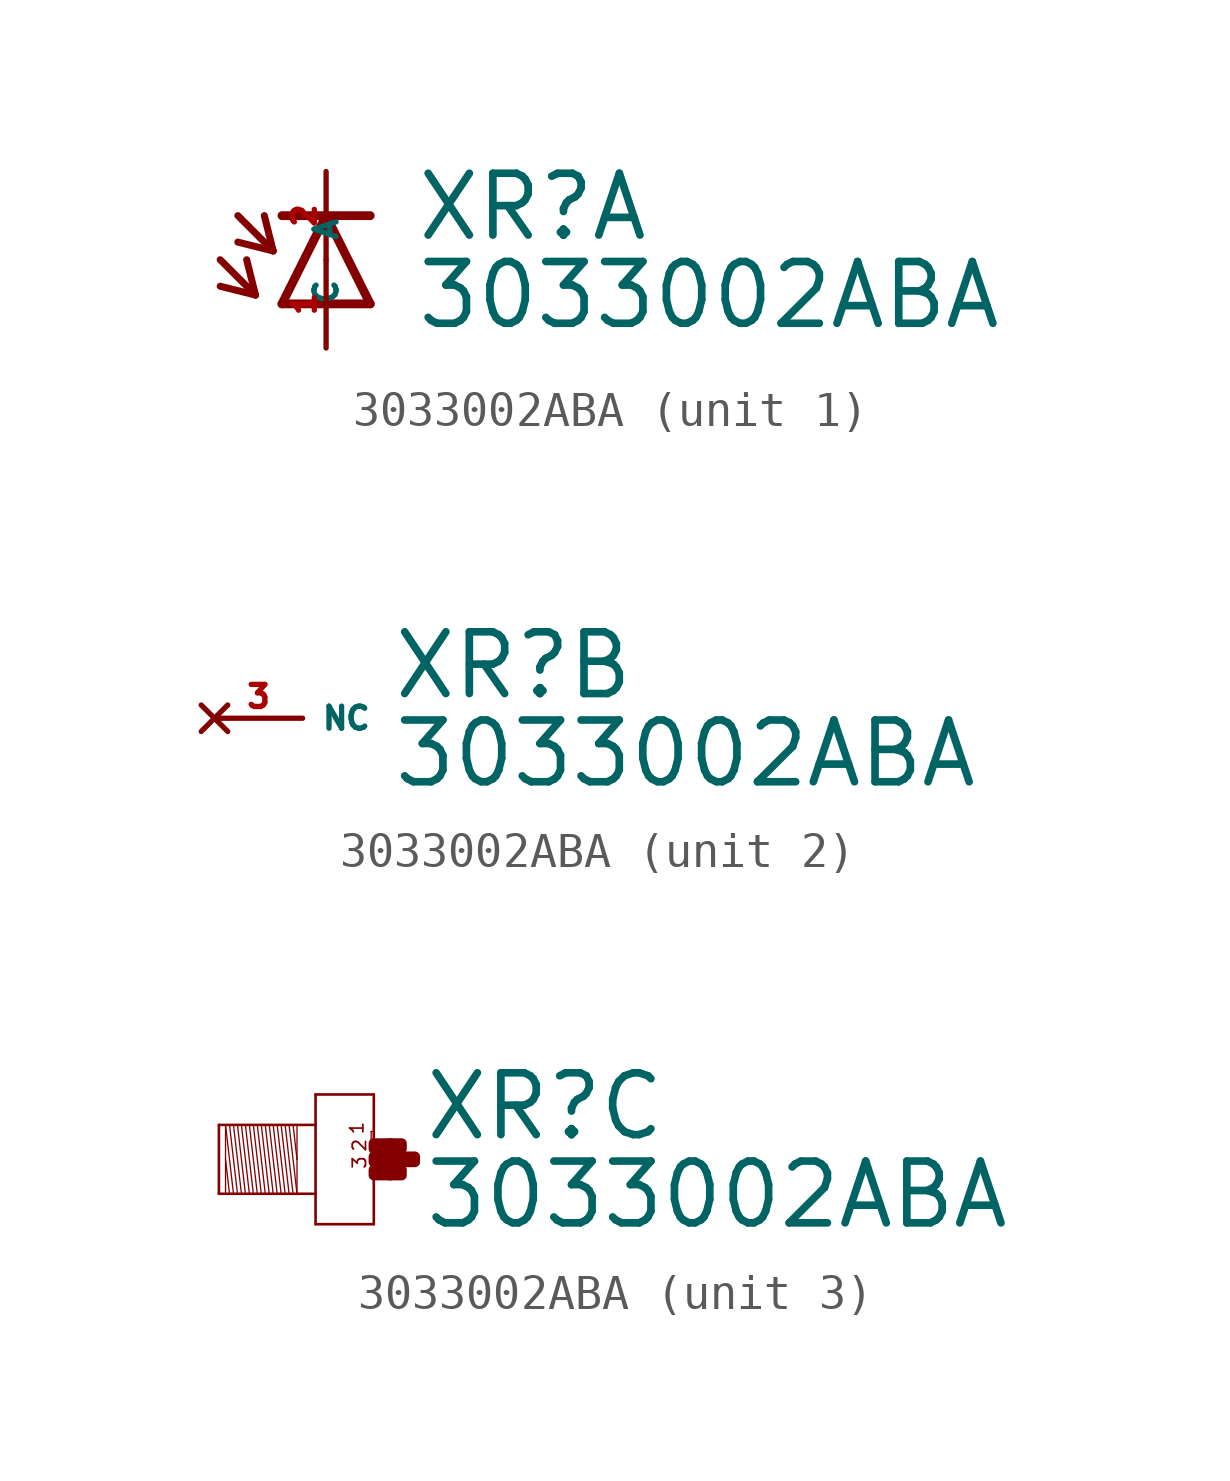
<source format=kicad_sym>
(kicad_symbol_lib
  (version 20220914)
  (generator Eagle2Kicad)
  (symbol "3033002ABA"
    (property "Reference" "XR"
      (at 2.54 0.483 0)
      (effects (font (size 1.778 1.778) (thickness 0.22)) (justify left bottom)))
    (property "Value" "3033002ABA"
      (at 2.54 -2.057 0)
      (effects (font (size 1.778 1.778) (thickness 0.22)) (justify left bottom)))
    (symbol "3033002ABA_1_0"
      (polyline (pts (xy 1.27 -1.27) (xy 0 1.27)) (stroke (width 0.254) (type default)) (fill (type none)))
      (polyline (pts (xy 0 1.27) (xy -1.27 -1.27)) (stroke (width 0.254) (type default)) (fill (type none)))
      (polyline (pts (xy -1.27 1.27) (xy 0 1.27)) (stroke (width 0.254) (type default)) (fill (type none)))
      (polyline (pts (xy -1.27 -1.27) (xy 1.27 -1.27)) (stroke (width 0.254) (type default)) (fill (type none)))
      (polyline (pts (xy 0 1.27) (xy 1.27 1.27)) (stroke (width 0.254) (type default)) (fill (type none)))
      (polyline (pts (xy -3.048 0) (xy -2.032 -1.016)) (stroke (width 0.203) (type default)) (fill (type none)))
      (polyline (pts (xy -2.032 -1.016) (xy -2.286 0)) (stroke (width 0.203) (type default)) (fill (type none)))
      (polyline (pts (xy -2.032 -1.016) (xy -3.048 -0.762)) (stroke (width 0.203) (type default)) (fill (type none)))
      (polyline (pts (xy -2.54 1.27) (xy -1.524 0.254)) (stroke (width 0.203) (type default)) (fill (type none)))
      (polyline (pts (xy -1.524 0.254) (xy -1.778 1.27)) (stroke (width 0.203) (type default)) (fill (type none)))
      (polyline (pts (xy -1.524 0.254) (xy -2.54 0.508)) (stroke (width 0.203) (type default)) (fill (type none)))
      (pin passive line (at 0 -2.54 90) (length 2.54) (name "A" (effects (font (size 0.635 0.635) (thickness 0.08)) (justify left bottom))) (number "1" (effects (font (size 0.635 0.635) (thickness 0.08)) (justify left bottom))))
      (pin passive line (at 0 2.54 270) (length 2.54) (name "C" (effects (font (size 0.635 0.635) (thickness 0.08)) (justify left bottom))) (number "2" (effects (font (size 0.635 0.635) (thickness 0.08)) (justify left bottom)))))
    (symbol "3033002ABA_2_0"
      (pin no_connect line (at -2.54 0 0) (length 2.54) (name "NC" (effects (font (size 0.635 0.635) (thickness 0.08)) (justify left bottom) hide)) (number "3" (effects (font (size 0.635 0.635) (thickness 0.08)) (justify left bottom) hide))))
    (symbol "3033002ABA_3_0"
      (polyline (pts (xy -1.067 0.953) (xy -1.067 0)) (stroke (width 0.038) (type default)) (fill (type none)))
      (polyline (pts (xy -1.067 0) (xy -1.067 -0.991)) (stroke (width 0.038) (type default)) (fill (type none)))
      (polyline (pts (xy -1.067 -0.991) (xy -1.295 0.991)) (stroke (width 0.038) (type default)) (fill (type none)))
      (polyline (pts (xy -1.181 0.991) (xy -1.067 0)) (stroke (width 0.038) (type default)) (fill (type none)))
      (polyline (pts (xy -1.181 -0.991) (xy -1.41 0.991)) (stroke (width 0.038) (type default)) (fill (type none)))
      (polyline (pts (xy -1.295 -0.991) (xy -1.524 0.991)) (stroke (width 0.038) (type default)) (fill (type none)))
      (polyline (pts (xy -1.41 -0.991) (xy -1.638 0.991)) (stroke (width 0.038) (type default)) (fill (type none)))
      (polyline (pts (xy -1.524 -0.991) (xy -1.753 0.991)) (stroke (width 0.038) (type default)) (fill (type none)))
      (polyline (pts (xy -1.638 -0.991) (xy -1.867 0.991)) (stroke (width 0.038) (type default)) (fill (type none)))
      (polyline (pts (xy -1.753 -0.991) (xy -1.981 0.991)) (stroke (width 0.038) (type default)) (fill (type none)))
      (polyline (pts (xy -1.867 -0.991) (xy -2.095 0.991)) (stroke (width 0.038) (type default)) (fill (type none)))
      (polyline (pts (xy -1.981 -0.991) (xy -2.21 0.991)) (stroke (width 0.038) (type default)) (fill (type none)))
      (polyline (pts (xy -2.095 -0.991) (xy -2.324 0.991)) (stroke (width 0.038) (type default)) (fill (type none)))
      (polyline (pts (xy -2.21 -0.991) (xy -2.438 0.991)) (stroke (width 0.038) (type default)) (fill (type none)))
      (polyline (pts (xy -2.324 -0.991) (xy -2.553 0.991)) (stroke (width 0.038) (type default)) (fill (type none)))
      (polyline (pts (xy -2.438 -0.991) (xy -2.667 0.991)) (stroke (width 0.038) (type default)) (fill (type none)))
      (polyline (pts (xy -2.553 -0.991) (xy -2.781 0.991)) (stroke (width 0.038) (type default)) (fill (type none)))
      (polyline (pts (xy -2.667 -0.991) (xy -2.896 0.991)) (stroke (width 0.038) (type default)) (fill (type none)))
      (polyline (pts (xy -2.781 -0.991) (xy -3.01 0.991)) (stroke (width 0.038) (type default)) (fill (type none)))
      (polyline (pts (xy -2.896 -0.991) (xy -3.124 0.991)) (stroke (width 0.038) (type default)) (fill (type none)))
      (polyline (pts (xy -3.124 0) (xy -3.01 -0.991)) (stroke (width 0.038) (type default)) (fill (type none)))
      (polyline (pts (xy -3.124 0.953) (xy -3.124 -0.953)) (stroke (width 0.038) (type default)) (fill (type none)))
      (polyline (pts (xy -3.315 -0.991) (xy -3.315 0.991)) (stroke (width 0.076) (type default)) (fill (type none)))
      (polyline (pts (xy -3.315 0.991) (xy -0.533 0.991)) (stroke (width 0.076) (type default)) (fill (type none)))
      (polyline (pts (xy -0.533 -0.991) (xy -3.315 -0.991)) (stroke (width 0.076) (type default)) (fill (type none)))
      (polyline (pts (xy -0.533 1.867) (xy -0.533 -1.867)) (stroke (width 0.076) (type default)) (fill (type none)))
      (polyline (pts (xy -0.533 -1.867) (xy 1.143 -1.867)) (stroke (width 0.076) (type default)) (fill (type none)))
      (polyline (pts (xy 1.143 -1.867) (xy 1.143 1.867)) (stroke (width 0.076) (type default)) (fill (type none)))
      (polyline (pts (xy 1.143 1.867) (xy -0.533 1.867)) (stroke (width 0.076) (type default)) (fill (type none)))
      (polyline (pts (xy 1.067 0.8) (xy 1.105 0.8)) (stroke (width 0.038) (type default)) (fill (type none)))
      (polyline (pts (xy 1.105 0.495) (xy 1.067 0.495)) (stroke (width 0.038) (type default)) (fill (type none)))
      (polyline (pts (xy 1.067 0.495) (xy 1.067 0.8)) (stroke (width 0.038) (type default)) (fill (type none)))
      (text "1" (at 0.876 0.686 1800) (effects (font (size 0.381 0.381) (thickness 0.05)) (justify left bottom)))
      (text "2" (at 0.953 0.191 1800) (effects (font (size 0.381 0.381) (thickness 0.05)) (justify left bottom)))
      (text "3" (at 0.953 -0.305 1800) (effects (font (size 0.381 0.381) (thickness 0.05)) (justify left bottom)))
      (rectangle (start 1.143 -0.457) (end 1.638 -0.305) (stroke (width 0.3) (type default)) (fill (type outline)))
      (rectangle (start 1.143 -0.076) (end 2.019 0.076) (stroke (width 0.3) (type default)) (fill (type outline)))
      (rectangle (start 1.6 -0.457) (end 1.943 -0.305) (stroke (width 0.3) (type default)) (fill (type outline)))
      (rectangle (start 1.981 -0.076) (end 2.324 0.076) (stroke (width 0.3) (type default)) (fill (type outline)))
      (rectangle (start 1.6 0.305) (end 1.943 0.457) (stroke (width 0.3) (type default)) (fill (type outline)))
      (rectangle (start 1.143 0.305) (end 1.638 0.457) (stroke (width 0.3) (type default)) (fill (type outline))))))
</source>
